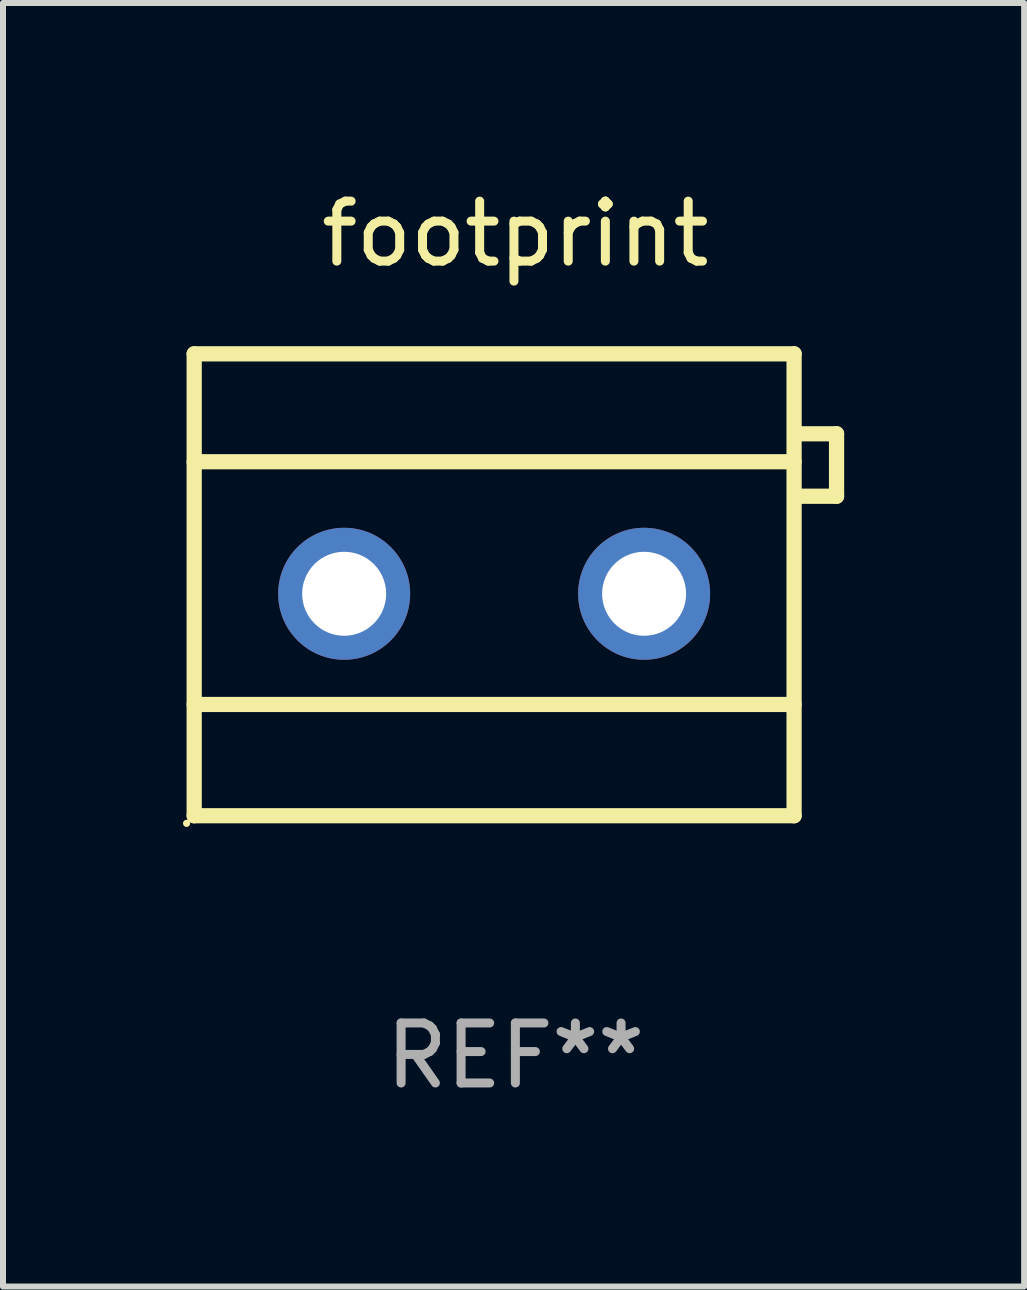
<source format=kicad_pcb>
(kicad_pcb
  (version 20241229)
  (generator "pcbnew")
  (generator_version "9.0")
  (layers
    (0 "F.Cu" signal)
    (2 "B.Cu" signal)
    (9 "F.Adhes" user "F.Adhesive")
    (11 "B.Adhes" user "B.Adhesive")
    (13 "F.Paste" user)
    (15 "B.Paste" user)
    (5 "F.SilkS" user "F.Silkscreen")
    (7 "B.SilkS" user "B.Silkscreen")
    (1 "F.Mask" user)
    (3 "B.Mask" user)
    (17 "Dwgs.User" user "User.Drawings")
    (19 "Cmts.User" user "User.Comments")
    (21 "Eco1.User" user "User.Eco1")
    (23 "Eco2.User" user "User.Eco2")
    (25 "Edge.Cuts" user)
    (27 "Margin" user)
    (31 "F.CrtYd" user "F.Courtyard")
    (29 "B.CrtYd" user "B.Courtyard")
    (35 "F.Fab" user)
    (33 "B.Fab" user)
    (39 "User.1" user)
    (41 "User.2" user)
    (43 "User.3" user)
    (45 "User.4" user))
  (footprint "footprint"
    (layer "F.Cu")
    (at 5.187 6.848)
    (property "Reference" "footprint" (at 0.354 -6 0) (layer "F.SilkS") (effects (font (size 1 1) (thickness 0.15))))
    (attr through_hole)
    (fp_line (start -5 -4) (end -5 3.7) (stroke (width 0.254) (type solid)) (layer "F.SilkS"))
    (fp_line (start -5 -4) (end 5 -4) (stroke (width 0.254) (type solid)) (layer "F.SilkS"))
    (fp_line (start -5 -2.201) (end 5 -2.201) (stroke (width 0.254) (type solid)) (layer "F.SilkS"))
    (fp_line (start -5 1.845) (end 5 1.845) (stroke (width 0.254) (type solid)) (layer "F.SilkS"))
    (fp_line (start -5 3.7) (end 5 3.7) (stroke (width 0.254) (type solid)) (layer "F.SilkS"))
    (fp_line (start 5 -4) (end 5 3.7) (stroke (width 0.254) (type solid)) (layer "F.SilkS"))
    (fp_line (start 5.08 -2.667) (end 5.708 -2.667) (stroke (width 0.254) (type solid)) (layer "F.SilkS"))
    (fp_line (start 5.708 -2.667) (end 5.708 -1.626) (stroke (width 0.254) (type solid)) (layer "F.SilkS"))
    (fp_line (start 5.708 -1.626) (end 5.08 -1.626) (stroke (width 0.254) (type solid)) (layer "F.SilkS"))
    (fp_circle (center -5.127 3.827) (end -5.097 3.827) (stroke (width 0.06) (type solid)) (fill no) (layer "F.SilkS"))
    (fp_text user "REF**" (at 0.354 7.7 0) (layer "F.Fab") (effects (font (size 1 1) (thickness 0.15))))
    (pad "1" thru_hole circle (at -2.5 0) (size 2.2 2.2) (drill 1.4) (layers "*.Cu" "*.Mask"))
    (pad "2" thru_hole circle (at 2.5 0) (size 2.2 2.2) (drill 1.4) (layers "*.Cu" "*.Mask")))
  (gr_rect
    (start -3 -3)
    (end 14.022 18.396)
    (stroke (width 0.1) (type default))
    (fill no)
    (layer "Edge.Cuts")))
</source>
